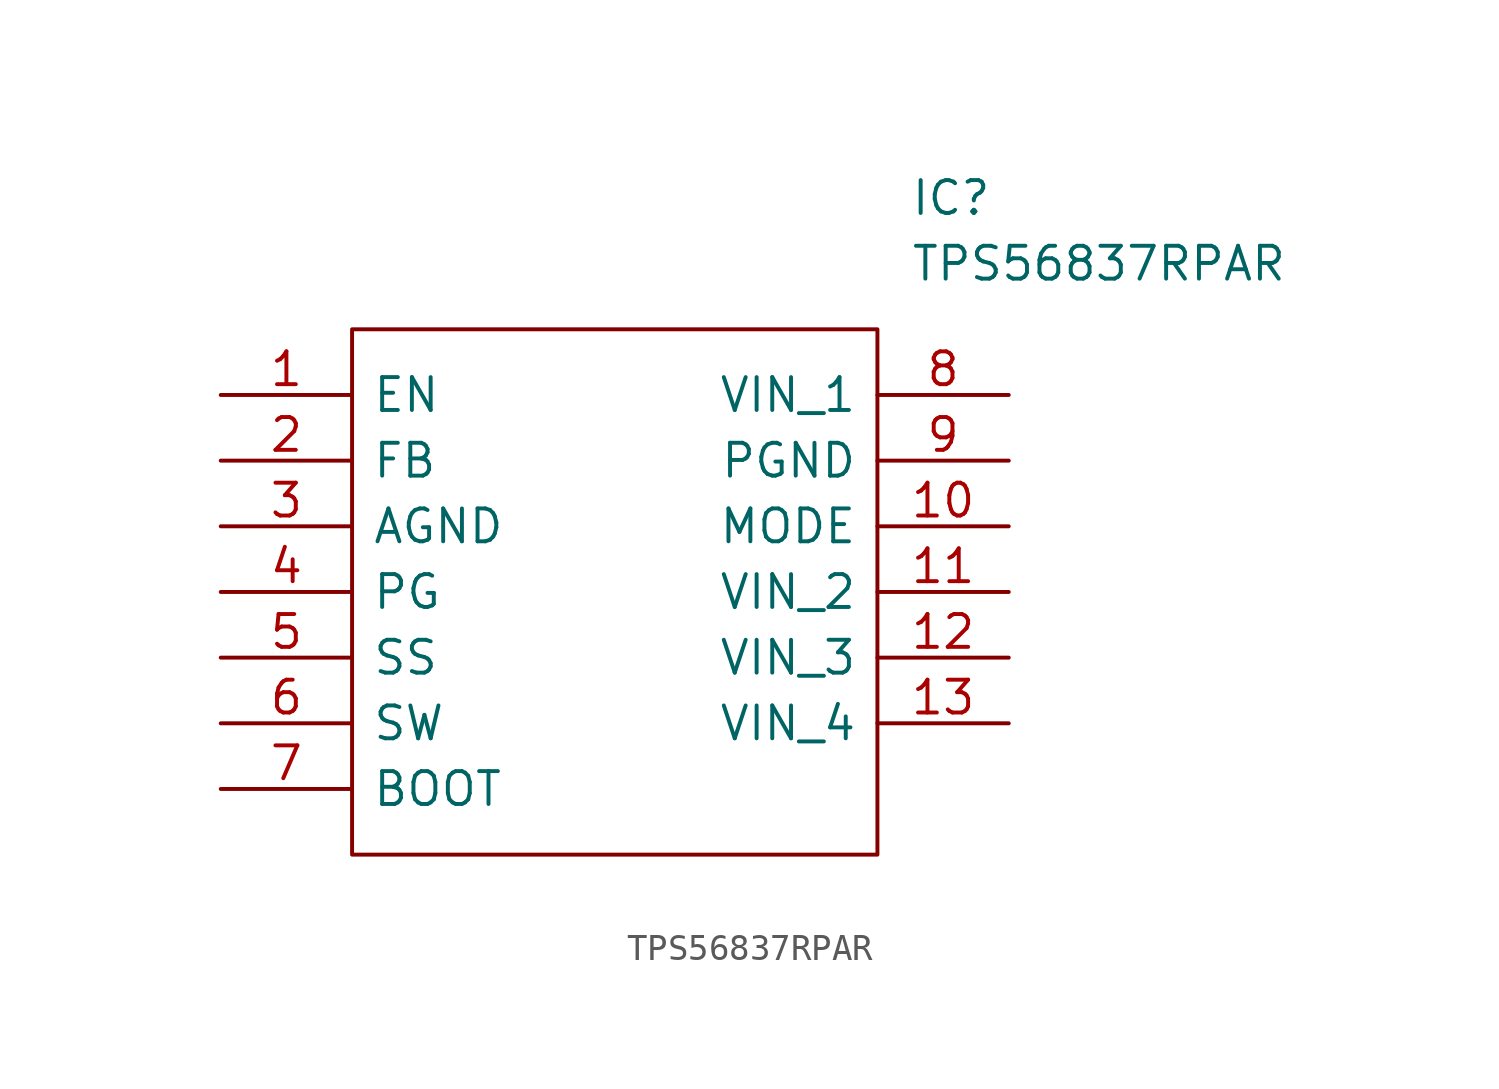
<source format=kicad_sym>
(kicad_symbol_lib
  (version 20231120)
  (generator "kicad_symbol_editor")
  (generator_version "8.0")
  (symbol "TPS56837RPAR"
    (pin_names
      (offset 0.762))
    (property "Reference" "IC"
      (at 26.67 7.62 0)
      (effects (font (size 1.27 1.27)) (justify left)))
    (property "Value" "TPS56837RPAR"
      (at 26.67 5.08 0)
      (effects (font (size 1.27 1.27)) (justify left)))
    (symbol "TPS56837RPAR_0_0"
      (pin passive line (at 0 0 0) (length 5.08) (name "EN" (effects (font (size 1.27 1.27)))) (number "1" (effects (font (size 1.27 1.27)))))
      (pin passive line (at 30.48 -5.08 180) (length 5.08) (name "MODE" (effects (font (size 1.27 1.27)))) (number "10" (effects (font (size 1.27 1.27)))))
      (pin passive line (at 30.48 -7.62 180) (length 5.08) (name "VIN_2" (effects (font (size 1.27 1.27)))) (number "11" (effects (font (size 1.27 1.27)))))
      (pin passive line (at 30.48 -10.16 180) (length 5.08) (name "VIN_3" (effects (font (size 1.27 1.27)))) (number "12" (effects (font (size 1.27 1.27)))))
      (pin passive line (at 30.48 -12.7 180) (length 5.08) (name "VIN_4" (effects (font (size 1.27 1.27)))) (number "13" (effects (font (size 1.27 1.27)))))
      (pin passive line (at 0 -2.54 0) (length 5.08) (name "FB" (effects (font (size 1.27 1.27)))) (number "2" (effects (font (size 1.27 1.27)))))
      (pin passive line (at 0 -5.08 0) (length 5.08) (name "AGND" (effects (font (size 1.27 1.27)))) (number "3" (effects (font (size 1.27 1.27)))))
      (pin passive line (at 0 -7.62 0) (length 5.08) (name "PG" (effects (font (size 1.27 1.27)))) (number "4" (effects (font (size 1.27 1.27)))))
      (pin passive line (at 0 -10.16 0) (length 5.08) (name "SS" (effects (font (size 1.27 1.27)))) (number "5" (effects (font (size 1.27 1.27)))))
      (pin passive line (at 0 -12.7 0) (length 5.08) (name "SW" (effects (font (size 1.27 1.27)))) (number "6" (effects (font (size 1.27 1.27)))))
      (pin passive line (at 0 -15.24 0) (length 5.08) (name "BOOT" (effects (font (size 1.27 1.27)))) (number "7" (effects (font (size 1.27 1.27)))))
      (pin passive line (at 30.48 0 180) (length 5.08) (name "VIN_1" (effects (font (size 1.27 1.27)))) (number "8" (effects (font (size 1.27 1.27)))))
      (pin passive line (at 30.48 -2.54 180) (length 5.08) (name "PGND" (effects (font (size 1.27 1.27)))) (number "9" (effects (font (size 1.27 1.27))))))
    (symbol "TPS56837RPAR_0_1"
      (polyline (pts (xy 5.08 2.54) (xy 25.4 2.54) (xy 25.4 -17.78) (xy 5.08 -17.78) (xy 5.08 2.54)) (stroke (width 0.152) (type solid)) (fill (type none))))))
</source>
